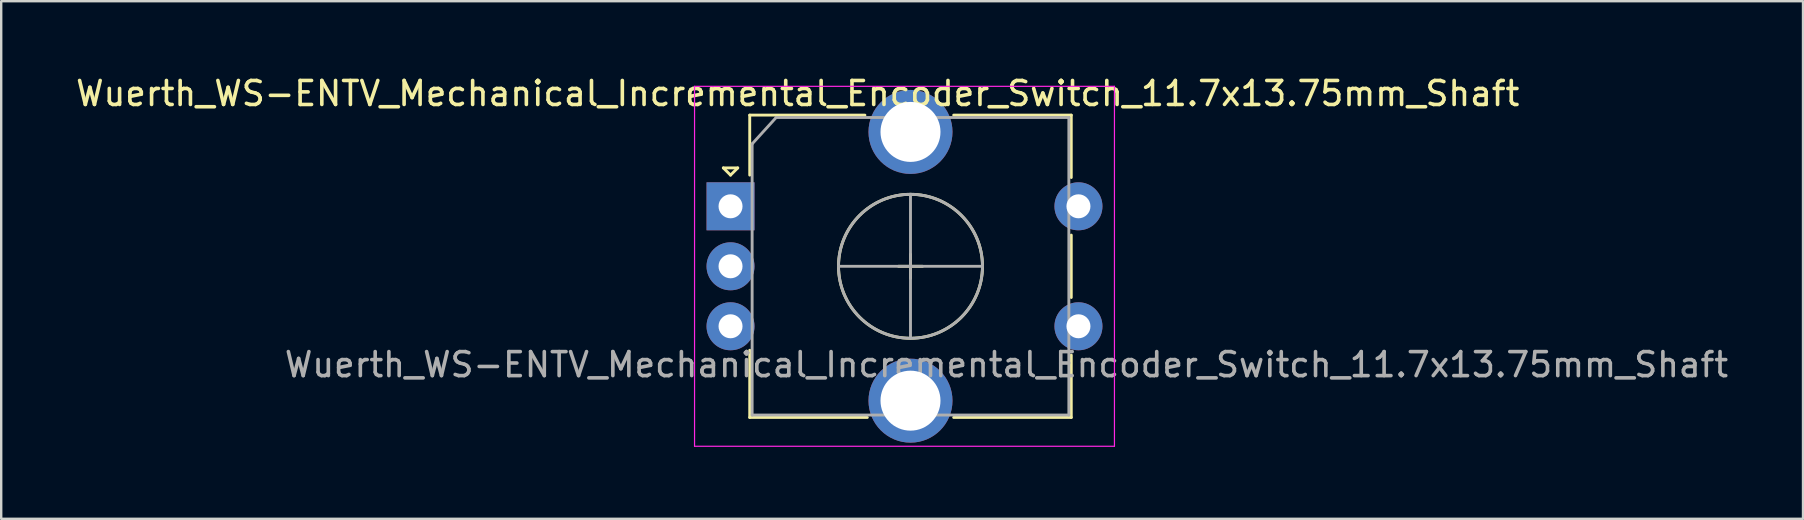
<source format=kicad_pcb>
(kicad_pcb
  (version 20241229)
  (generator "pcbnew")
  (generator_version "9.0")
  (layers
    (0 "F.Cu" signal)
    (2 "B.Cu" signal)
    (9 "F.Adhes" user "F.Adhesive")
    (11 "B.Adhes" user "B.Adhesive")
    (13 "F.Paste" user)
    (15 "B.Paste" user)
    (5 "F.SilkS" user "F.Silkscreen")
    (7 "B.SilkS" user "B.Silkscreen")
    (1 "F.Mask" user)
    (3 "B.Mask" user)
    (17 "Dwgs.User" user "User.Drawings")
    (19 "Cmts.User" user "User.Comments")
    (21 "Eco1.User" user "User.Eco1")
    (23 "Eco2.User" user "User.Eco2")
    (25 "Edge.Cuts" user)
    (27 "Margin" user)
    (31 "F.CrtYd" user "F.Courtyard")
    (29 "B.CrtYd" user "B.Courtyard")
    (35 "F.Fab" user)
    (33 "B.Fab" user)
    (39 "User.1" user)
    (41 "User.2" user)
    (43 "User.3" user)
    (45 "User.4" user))
  (footprint "Wuerth_WS-ENTV_Mechanical_Incremental_Encoder_Switch_11.7x13.75mm_Shaft"
    (layer "F.Cu")
    (at 27.396 5.548)
    (property "Reference" "Wuerth_WS-ENTV_Mechanical_Incremental_Encoder_Switch_11.7x13.75mm_Shaft" (at 2.8 -4.7 0) (layer "F.SilkS") (effects (font (size 1 1) (thickness 0.15))))
    (attr through_hole)
    (fp_line (start -0.3 -1.6) (end 0.3 -1.6) (stroke (width 0.12) (type solid)) (layer "F.SilkS"))
    (fp_line (start 0 -1.3) (end -0.3 -1.6) (stroke (width 0.12) (type solid)) (layer "F.SilkS"))
    (fp_line (start 0.3 -1.6) (end 0 -1.3) (stroke (width 0.12) (type solid)) (layer "F.SilkS"))
    (fp_line (start 0.8 -3.8) (end 0.8 -1.3) (stroke (width 0.12) (type solid)) (layer "F.SilkS"))
    (fp_line (start 0.8 8.8) (end 0.8 6) (stroke (width 0.12) (type solid)) (layer "F.SilkS"))
    (fp_line (start 5.6 -3.8) (end 0.8 -3.8) (stroke (width 0.12) (type solid)) (layer "F.SilkS"))
    (fp_line (start 5.7 8.8) (end 0.8 8.8) (stroke (width 0.12) (type solid)) (layer "F.SilkS"))
    (fp_line (start 7 2.5) (end 8 2.5) (stroke (width 0.12) (type solid)) (layer "F.SilkS"))
    (fp_line (start 7.5 2) (end 7.5 3) (stroke (width 0.12) (type solid)) (layer "F.SilkS"))
    (fp_line (start 9.3 -3.8) (end 14.2 -3.8) (stroke (width 0.12) (type solid)) (layer "F.SilkS"))
    (fp_line (start 14.2 -3.8) (end 14.2 -1.2) (stroke (width 0.12) (type solid)) (layer "F.SilkS"))
    (fp_line (start 14.2 1.2) (end 14.2 3.8) (stroke (width 0.12) (type solid)) (layer "F.SilkS"))
    (fp_line (start 14.2 6.2) (end 14.2 8.8) (stroke (width 0.12) (type solid)) (layer "F.SilkS"))
    (fp_line (start 14.2 8.8) (end 9.3 8.8) (stroke (width 0.12) (type solid)) (layer "F.SilkS"))
    (fp_circle (center 7.5 2.5) (end 10.5 2.5) (stroke (width 0.12) (type solid)) (fill no) (layer "F.SilkS"))
    (fp_line (start -1.5 -5) (end -1.5 10) (stroke (width 0.05) (type solid)) (layer "F.CrtYd"))
    (fp_line (start -1.5 -5) (end 16 -5) (stroke (width 0.05) (type solid)) (layer "F.CrtYd"))
    (fp_line (start 16 10) (end -1.5 10) (stroke (width 0.05) (type solid)) (layer "F.CrtYd"))
    (fp_line (start 16 10) (end 16 -5) (stroke (width 0.05) (type solid)) (layer "F.CrtYd"))
    (fp_line (start 0.9 -2.6) (end 1.9 -3.7) (stroke (width 0.12) (type solid)) (layer "F.Fab"))
    (fp_line (start 0.9 8.7) (end 0.9 -2.6) (stroke (width 0.12) (type solid)) (layer "F.Fab"))
    (fp_line (start 1.9 -3.7) (end 14.1 -3.7) (stroke (width 0.12) (type solid)) (layer "F.Fab"))
    (fp_line (start 4.5 2.5) (end 10.5 2.5) (stroke (width 0.12) (type solid)) (layer "F.Fab"))
    (fp_line (start 7.5 -0.5) (end 7.5 5.5) (stroke (width 0.12) (type solid)) (layer "F.Fab"))
    (fp_line (start 14.1 -3.7) (end 14.1 8.7) (stroke (width 0.12) (type solid)) (layer "F.Fab"))
    (fp_line (start 14.1 8.7) (end 0.9 8.7) (stroke (width 0.12) (type solid)) (layer "F.Fab"))
    (fp_circle (center 7.5 2.5) (end 10.5 2.5) (stroke (width 0.12) (type solid)) (fill no) (layer "F.Fab"))
    (fp_text user "${REFERENCE}" (at 11.5 6.6 0) (layer "F.Fab") (effects (font (size 1 1) (thickness 0.15))))
    (pad "A" thru_hole rect (at 0 0) (size 2 2) (drill 1) (layers "*.Cu" "*.Mask"))
    (pad "B" thru_hole circle (at 0 5) (size 2 2) (drill 1) (layers "*.Cu" "*.Mask"))
    (pad "C" thru_hole circle (at 0 2.5) (size 2 2) (drill 1) (layers "*.Cu" "*.Mask"))
    (pad "MP" thru_hole circle (at 7.5 -3.1) (size 3.5 3.5) (drill 2.5) (layers "*.Cu" "*.Mask"))
    (pad "MP" thru_hole circle (at 7.5 8.1) (size 3.5 3.5) (drill 2.5) (layers "*.Cu" "*.Mask"))
    (pad "S1" thru_hole circle (at 14.5 0) (size 2 2) (drill 1) (layers "*.Cu" "*.Mask"))
    (pad "S2" thru_hole circle (at 14.5 5) (size 2 2) (drill 1) (layers "*.Cu" "*.Mask")))
  (gr_rect
    (start -3 -3)
    (end 72.093 18.573)
    (stroke (width 0.1) (type default))
    (fill no)
    (layer "Edge.Cuts")))
</source>
